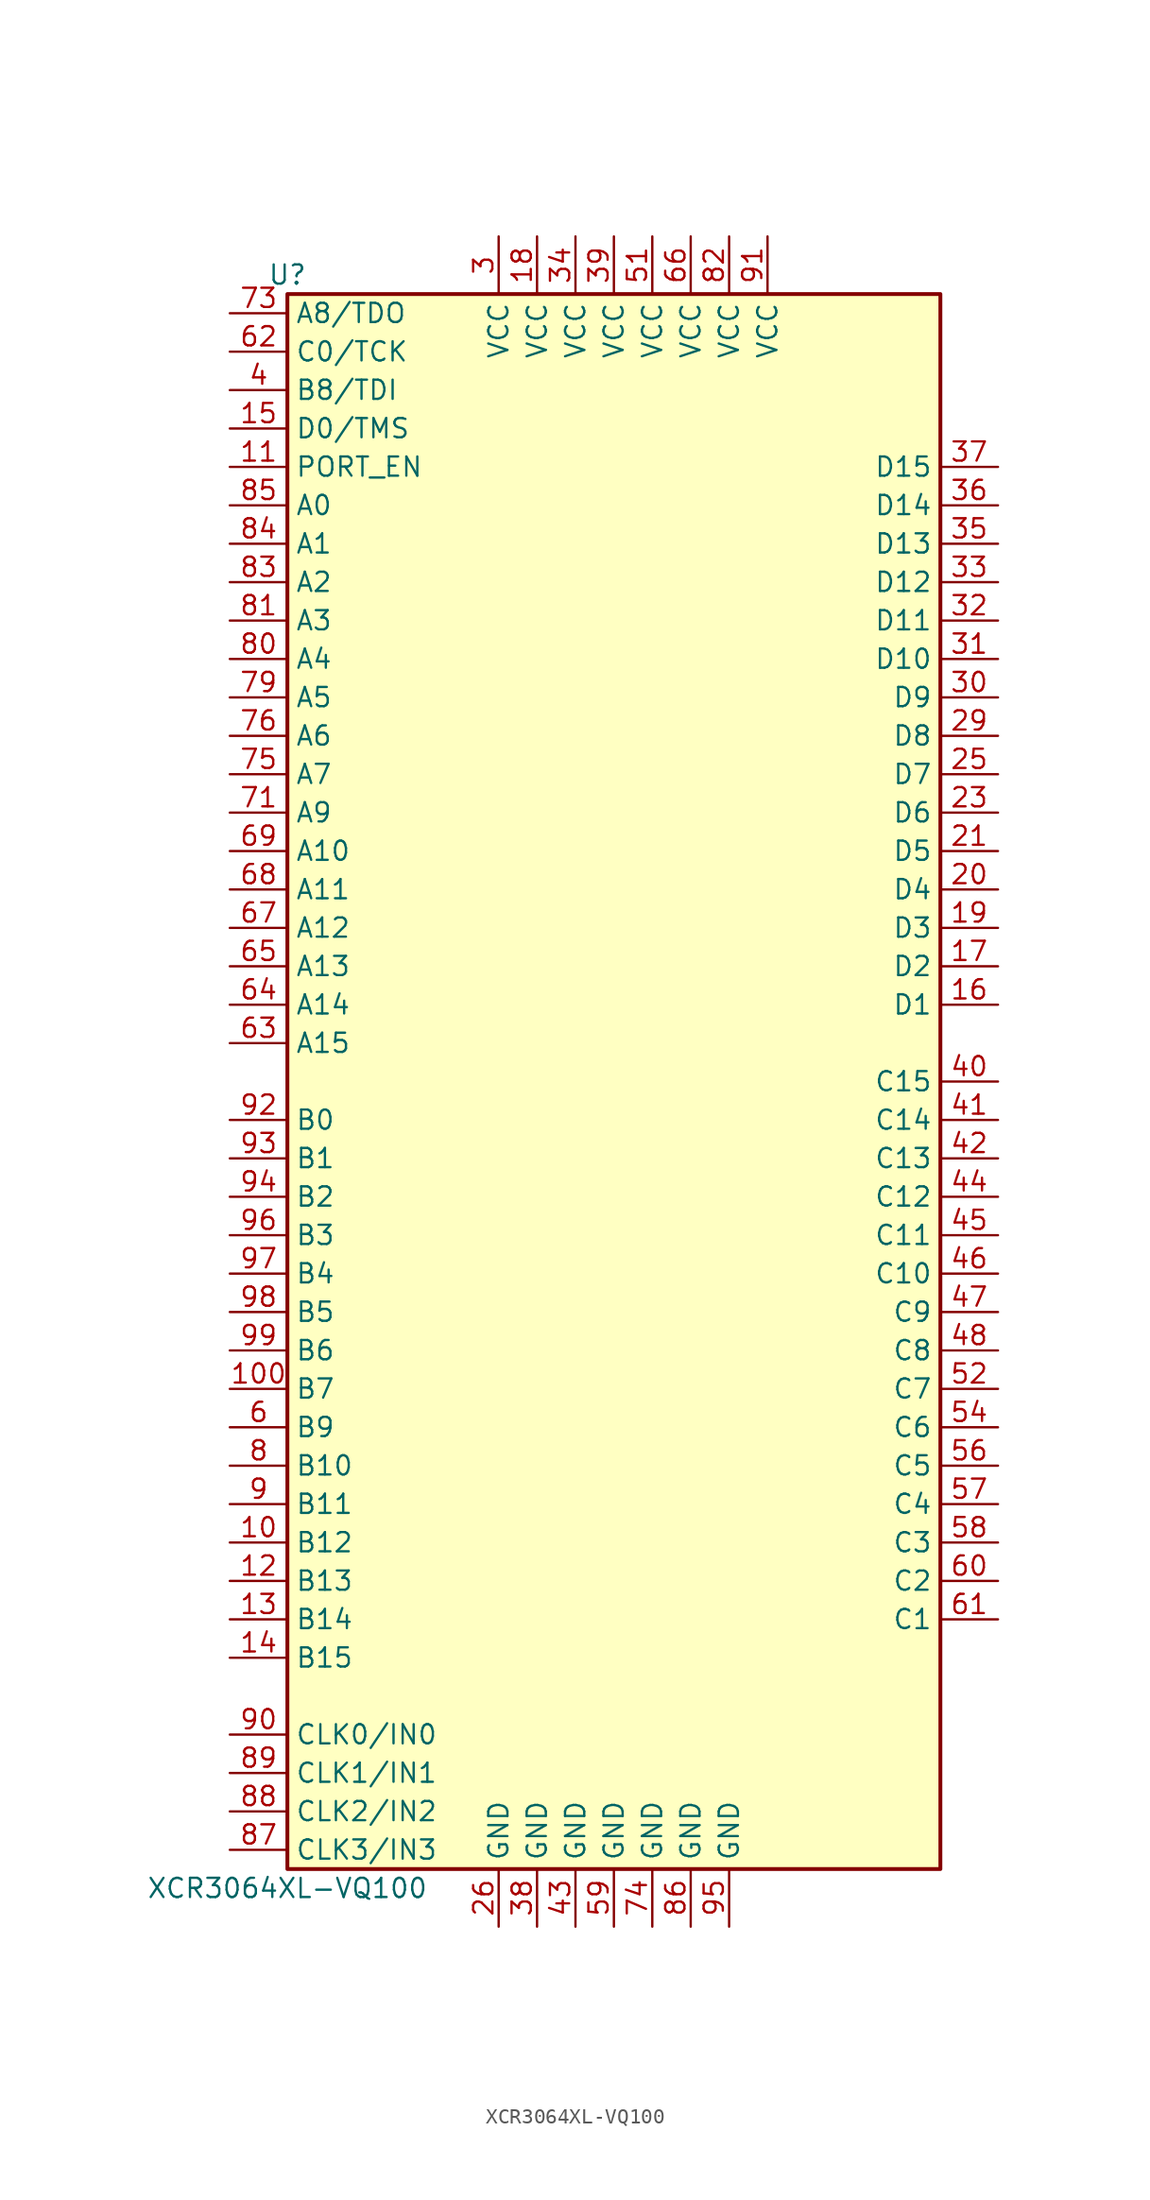
<source format=kicad_sym>
(kicad_symbol_lib
  (version 20211014)
  (generator kicad_symbol_editor)
  (symbol "XCR3064XL-VQ100"
    (property "Reference" "U"
      (at -21.59 53.34 0)
      (effects (font (size 1.27 1.27))))
    (property "Value" "XCR3064XL-VQ100"
      (at -21.59 -53.34 0)
      (effects (font (size 1.27 1.27))))
    (symbol "XCR3064XL-VQ100_1_1"
      (rectangle (start -21.59 52.07) (end 21.59 -52.07) (stroke (width 0.254) (type default) (color 0 0 0 0)) (fill (type background)))
      (pin passive line (at -25.4 -30.48 0) (length 3.81) (name "B12" (effects (font (size 1.27 1.27)))) (number "10" (effects (font (size 1.27 1.27)))))
      (pin passive line (at -25.4 -20.32 0) (length 3.81) (name "B7" (effects (font (size 1.27 1.27)))) (number "100" (effects (font (size 1.27 1.27)))))
      (pin passive line (at -25.4 40.64 0) (length 3.81) (name "PORT_EN" (effects (font (size 1.27 1.27)))) (number "11" (effects (font (size 1.27 1.27)))))
      (pin passive line (at -25.4 -33.02 0) (length 3.81) (name "B13" (effects (font (size 1.27 1.27)))) (number "12" (effects (font (size 1.27 1.27)))))
      (pin passive line (at -25.4 -35.56 0) (length 3.81) (name "B14" (effects (font (size 1.27 1.27)))) (number "13" (effects (font (size 1.27 1.27)))))
      (pin passive line (at -25.4 -38.1 0) (length 3.81) (name "B15" (effects (font (size 1.27 1.27)))) (number "14" (effects (font (size 1.27 1.27)))))
      (pin passive line (at -25.4 43.18 0) (length 3.81) (name "D0/TMS" (effects (font (size 1.27 1.27)))) (number "15" (effects (font (size 1.27 1.27)))))
      (pin passive line (at 25.4 5.08 180) (length 3.81) (name "D1" (effects (font (size 1.27 1.27)))) (number "16" (effects (font (size 1.27 1.27)))))
      (pin passive line (at 25.4 7.62 180) (length 3.81) (name "D2" (effects (font (size 1.27 1.27)))) (number "17" (effects (font (size 1.27 1.27)))))
      (pin power_in line (at -5.08 55.88 270) (length 3.81) (name "VCC" (effects (font (size 1.27 1.27)))) (number "18" (effects (font (size 1.27 1.27)))))
      (pin passive line (at 25.4 10.16 180) (length 3.81) (name "D3" (effects (font (size 1.27 1.27)))) (number "19" (effects (font (size 1.27 1.27)))))
      (pin passive line (at 25.4 12.7 180) (length 3.81) (name "D4" (effects (font (size 1.27 1.27)))) (number "20" (effects (font (size 1.27 1.27)))))
      (pin passive line (at 25.4 15.24 180) (length 3.81) (name "D5" (effects (font (size 1.27 1.27)))) (number "21" (effects (font (size 1.27 1.27)))))
      (pin passive line (at 25.4 17.78 180) (length 3.81) (name "D6" (effects (font (size 1.27 1.27)))) (number "23" (effects (font (size 1.27 1.27)))))
      (pin passive line (at 25.4 20.32 180) (length 3.81) (name "D7" (effects (font (size 1.27 1.27)))) (number "25" (effects (font (size 1.27 1.27)))))
      (pin power_in line (at -7.62 -55.88 90) (length 3.81) (name "GND" (effects (font (size 1.27 1.27)))) (number "26" (effects (font (size 1.27 1.27)))))
      (pin passive line (at 25.4 22.86 180) (length 3.81) (name "D8" (effects (font (size 1.27 1.27)))) (number "29" (effects (font (size 1.27 1.27)))))
      (pin power_in line (at -7.62 55.88 270) (length 3.81) (name "VCC" (effects (font (size 1.27 1.27)))) (number "3" (effects (font (size 1.27 1.27)))))
      (pin passive line (at 25.4 25.4 180) (length 3.81) (name "D9" (effects (font (size 1.27 1.27)))) (number "30" (effects (font (size 1.27 1.27)))))
      (pin passive line (at 25.4 27.94 180) (length 3.81) (name "D10" (effects (font (size 1.27 1.27)))) (number "31" (effects (font (size 1.27 1.27)))))
      (pin passive line (at 25.4 30.48 180) (length 3.81) (name "D11" (effects (font (size 1.27 1.27)))) (number "32" (effects (font (size 1.27 1.27)))))
      (pin passive line (at 25.4 33.02 180) (length 3.81) (name "D12" (effects (font (size 1.27 1.27)))) (number "33" (effects (font (size 1.27 1.27)))))
      (pin power_in line (at -2.54 55.88 270) (length 3.81) (name "VCC" (effects (font (size 1.27 1.27)))) (number "34" (effects (font (size 1.27 1.27)))))
      (pin passive line (at 25.4 35.56 180) (length 3.81) (name "D13" (effects (font (size 1.27 1.27)))) (number "35" (effects (font (size 1.27 1.27)))))
      (pin passive line (at 25.4 38.1 180) (length 3.81) (name "D14" (effects (font (size 1.27 1.27)))) (number "36" (effects (font (size 1.27 1.27)))))
      (pin passive line (at 25.4 40.64 180) (length 3.81) (name "D15" (effects (font (size 1.27 1.27)))) (number "37" (effects (font (size 1.27 1.27)))))
      (pin power_in line (at -5.08 -55.88 90) (length 3.81) (name "GND" (effects (font (size 1.27 1.27)))) (number "38" (effects (font (size 1.27 1.27)))))
      (pin power_in line (at 0 55.88 270) (length 3.81) (name "VCC" (effects (font (size 1.27 1.27)))) (number "39" (effects (font (size 1.27 1.27)))))
      (pin passive line (at -25.4 45.72 0) (length 3.81) (name "B8/TDI" (effects (font (size 1.27 1.27)))) (number "4" (effects (font (size 1.27 1.27)))))
      (pin passive line (at 25.4 0 180) (length 3.81) (name "C15" (effects (font (size 1.27 1.27)))) (number "40" (effects (font (size 1.27 1.27)))))
      (pin passive line (at 25.4 -2.54 180) (length 3.81) (name "C14" (effects (font (size 1.27 1.27)))) (number "41" (effects (font (size 1.27 1.27)))))
      (pin passive line (at 25.4 -5.08 180) (length 3.81) (name "C13" (effects (font (size 1.27 1.27)))) (number "42" (effects (font (size 1.27 1.27)))))
      (pin power_in line (at -2.54 -55.88 90) (length 3.81) (name "GND" (effects (font (size 1.27 1.27)))) (number "43" (effects (font (size 1.27 1.27)))))
      (pin passive line (at 25.4 -7.62 180) (length 3.81) (name "C12" (effects (font (size 1.27 1.27)))) (number "44" (effects (font (size 1.27 1.27)))))
      (pin passive line (at 25.4 -10.16 180) (length 3.81) (name "C11" (effects (font (size 1.27 1.27)))) (number "45" (effects (font (size 1.27 1.27)))))
      (pin passive line (at 25.4 -12.7 180) (length 3.81) (name "C10" (effects (font (size 1.27 1.27)))) (number "46" (effects (font (size 1.27 1.27)))))
      (pin passive line (at 25.4 -15.24 180) (length 3.81) (name "C9" (effects (font (size 1.27 1.27)))) (number "47" (effects (font (size 1.27 1.27)))))
      (pin passive line (at 25.4 -17.78 180) (length 3.81) (name "C8" (effects (font (size 1.27 1.27)))) (number "48" (effects (font (size 1.27 1.27)))))
      (pin power_in line (at 2.54 55.88 270) (length 3.81) (name "VCC" (effects (font (size 1.27 1.27)))) (number "51" (effects (font (size 1.27 1.27)))))
      (pin passive line (at 25.4 -20.32 180) (length 3.81) (name "C7" (effects (font (size 1.27 1.27)))) (number "52" (effects (font (size 1.27 1.27)))))
      (pin passive line (at 25.4 -22.86 180) (length 3.81) (name "C6" (effects (font (size 1.27 1.27)))) (number "54" (effects (font (size 1.27 1.27)))))
      (pin passive line (at 25.4 -25.4 180) (length 3.81) (name "C5" (effects (font (size 1.27 1.27)))) (number "56" (effects (font (size 1.27 1.27)))))
      (pin passive line (at 25.4 -27.94 180) (length 3.81) (name "C4" (effects (font (size 1.27 1.27)))) (number "57" (effects (font (size 1.27 1.27)))))
      (pin passive line (at 25.4 -30.48 180) (length 3.81) (name "C3" (effects (font (size 1.27 1.27)))) (number "58" (effects (font (size 1.27 1.27)))))
      (pin power_in line (at 0 -55.88 90) (length 3.81) (name "GND" (effects (font (size 1.27 1.27)))) (number "59" (effects (font (size 1.27 1.27)))))
      (pin passive line (at -25.4 -22.86 0) (length 3.81) (name "B9" (effects (font (size 1.27 1.27)))) (number "6" (effects (font (size 1.27 1.27)))))
      (pin passive line (at 25.4 -33.02 180) (length 3.81) (name "C2" (effects (font (size 1.27 1.27)))) (number "60" (effects (font (size 1.27 1.27)))))
      (pin passive line (at 25.4 -35.56 180) (length 3.81) (name "C1" (effects (font (size 1.27 1.27)))) (number "61" (effects (font (size 1.27 1.27)))))
      (pin passive line (at -25.4 48.26 0) (length 3.81) (name "C0/TCK" (effects (font (size 1.27 1.27)))) (number "62" (effects (font (size 1.27 1.27)))))
      (pin passive line (at -25.4 2.54 0) (length 3.81) (name "A15" (effects (font (size 1.27 1.27)))) (number "63" (effects (font (size 1.27 1.27)))))
      (pin passive line (at -25.4 5.08 0) (length 3.81) (name "A14" (effects (font (size 1.27 1.27)))) (number "64" (effects (font (size 1.27 1.27)))))
      (pin passive line (at -25.4 7.62 0) (length 3.81) (name "A13" (effects (font (size 1.27 1.27)))) (number "65" (effects (font (size 1.27 1.27)))))
      (pin power_in line (at 5.08 55.88 270) (length 3.81) (name "VCC" (effects (font (size 1.27 1.27)))) (number "66" (effects (font (size 1.27 1.27)))))
      (pin passive line (at -25.4 10.16 0) (length 3.81) (name "A12" (effects (font (size 1.27 1.27)))) (number "67" (effects (font (size 1.27 1.27)))))
      (pin passive line (at -25.4 12.7 0) (length 3.81) (name "A11" (effects (font (size 1.27 1.27)))) (number "68" (effects (font (size 1.27 1.27)))))
      (pin passive line (at -25.4 15.24 0) (length 3.81) (name "A10" (effects (font (size 1.27 1.27)))) (number "69" (effects (font (size 1.27 1.27)))))
      (pin passive line (at -25.4 17.78 0) (length 3.81) (name "A9" (effects (font (size 1.27 1.27)))) (number "71" (effects (font (size 1.27 1.27)))))
      (pin passive line (at -25.4 50.8 0) (length 3.81) (name "A8/TDO" (effects (font (size 1.27 1.27)))) (number "73" (effects (font (size 1.27 1.27)))))
      (pin power_in line (at 2.54 -55.88 90) (length 3.81) (name "GND" (effects (font (size 1.27 1.27)))) (number "74" (effects (font (size 1.27 1.27)))))
      (pin passive line (at -25.4 20.32 0) (length 3.81) (name "A7" (effects (font (size 1.27 1.27)))) (number "75" (effects (font (size 1.27 1.27)))))
      (pin passive line (at -25.4 22.86 0) (length 3.81) (name "A6" (effects (font (size 1.27 1.27)))) (number "76" (effects (font (size 1.27 1.27)))))
      (pin passive line (at -25.4 25.4 0) (length 3.81) (name "A5" (effects (font (size 1.27 1.27)))) (number "79" (effects (font (size 1.27 1.27)))))
      (pin passive line (at -25.4 -25.4 0) (length 3.81) (name "B10" (effects (font (size 1.27 1.27)))) (number "8" (effects (font (size 1.27 1.27)))))
      (pin passive line (at -25.4 27.94 0) (length 3.81) (name "A4" (effects (font (size 1.27 1.27)))) (number "80" (effects (font (size 1.27 1.27)))))
      (pin passive line (at -25.4 30.48 0) (length 3.81) (name "A3" (effects (font (size 1.27 1.27)))) (number "81" (effects (font (size 1.27 1.27)))))
      (pin power_in line (at 7.62 55.88 270) (length 3.81) (name "VCC" (effects (font (size 1.27 1.27)))) (number "82" (effects (font (size 1.27 1.27)))))
      (pin passive line (at -25.4 33.02 0) (length 3.81) (name "A2" (effects (font (size 1.27 1.27)))) (number "83" (effects (font (size 1.27 1.27)))))
      (pin passive line (at -25.4 35.56 0) (length 3.81) (name "A1" (effects (font (size 1.27 1.27)))) (number "84" (effects (font (size 1.27 1.27)))))
      (pin passive line (at -25.4 38.1 0) (length 3.81) (name "A0" (effects (font (size 1.27 1.27)))) (number "85" (effects (font (size 1.27 1.27)))))
      (pin power_in line (at 5.08 -55.88 90) (length 3.81) (name "GND" (effects (font (size 1.27 1.27)))) (number "86" (effects (font (size 1.27 1.27)))))
      (pin input line (at -25.4 -50.8 0) (length 3.81) (name "CLK3/IN3" (effects (font (size 1.27 1.27)))) (number "87" (effects (font (size 1.27 1.27)))))
      (pin input line (at -25.4 -48.26 0) (length 3.81) (name "CLK2/IN2" (effects (font (size 1.27 1.27)))) (number "88" (effects (font (size 1.27 1.27)))))
      (pin input line (at -25.4 -45.72 0) (length 3.81) (name "CLK1/IN1" (effects (font (size 1.27 1.27)))) (number "89" (effects (font (size 1.27 1.27)))))
      (pin passive line (at -25.4 -27.94 0) (length 3.81) (name "B11" (effects (font (size 1.27 1.27)))) (number "9" (effects (font (size 1.27 1.27)))))
      (pin input line (at -25.4 -43.18 0) (length 3.81) (name "CLK0/IN0" (effects (font (size 1.27 1.27)))) (number "90" (effects (font (size 1.27 1.27)))))
      (pin power_in line (at 10.16 55.88 270) (length 3.81) (name "VCC" (effects (font (size 1.27 1.27)))) (number "91" (effects (font (size 1.27 1.27)))))
      (pin passive line (at -25.4 -2.54 0) (length 3.81) (name "B0" (effects (font (size 1.27 1.27)))) (number "92" (effects (font (size 1.27 1.27)))))
      (pin passive line (at -25.4 -5.08 0) (length 3.81) (name "B1" (effects (font (size 1.27 1.27)))) (number "93" (effects (font (size 1.27 1.27)))))
      (pin passive line (at -25.4 -7.62 0) (length 3.81) (name "B2" (effects (font (size 1.27 1.27)))) (number "94" (effects (font (size 1.27 1.27)))))
      (pin power_in line (at 7.62 -55.88 90) (length 3.81) (name "GND" (effects (font (size 1.27 1.27)))) (number "95" (effects (font (size 1.27 1.27)))))
      (pin passive line (at -25.4 -10.16 0) (length 3.81) (name "B3" (effects (font (size 1.27 1.27)))) (number "96" (effects (font (size 1.27 1.27)))))
      (pin passive line (at -25.4 -12.7 0) (length 3.81) (name "B4" (effects (font (size 1.27 1.27)))) (number "97" (effects (font (size 1.27 1.27)))))
      (pin passive line (at -25.4 -15.24 0) (length 3.81) (name "B5" (effects (font (size 1.27 1.27)))) (number "98" (effects (font (size 1.27 1.27)))))
      (pin passive line (at -25.4 -17.78 0) (length 3.81) (name "B6" (effects (font (size 1.27 1.27)))) (number "99" (effects (font (size 1.27 1.27))))))))
</source>
